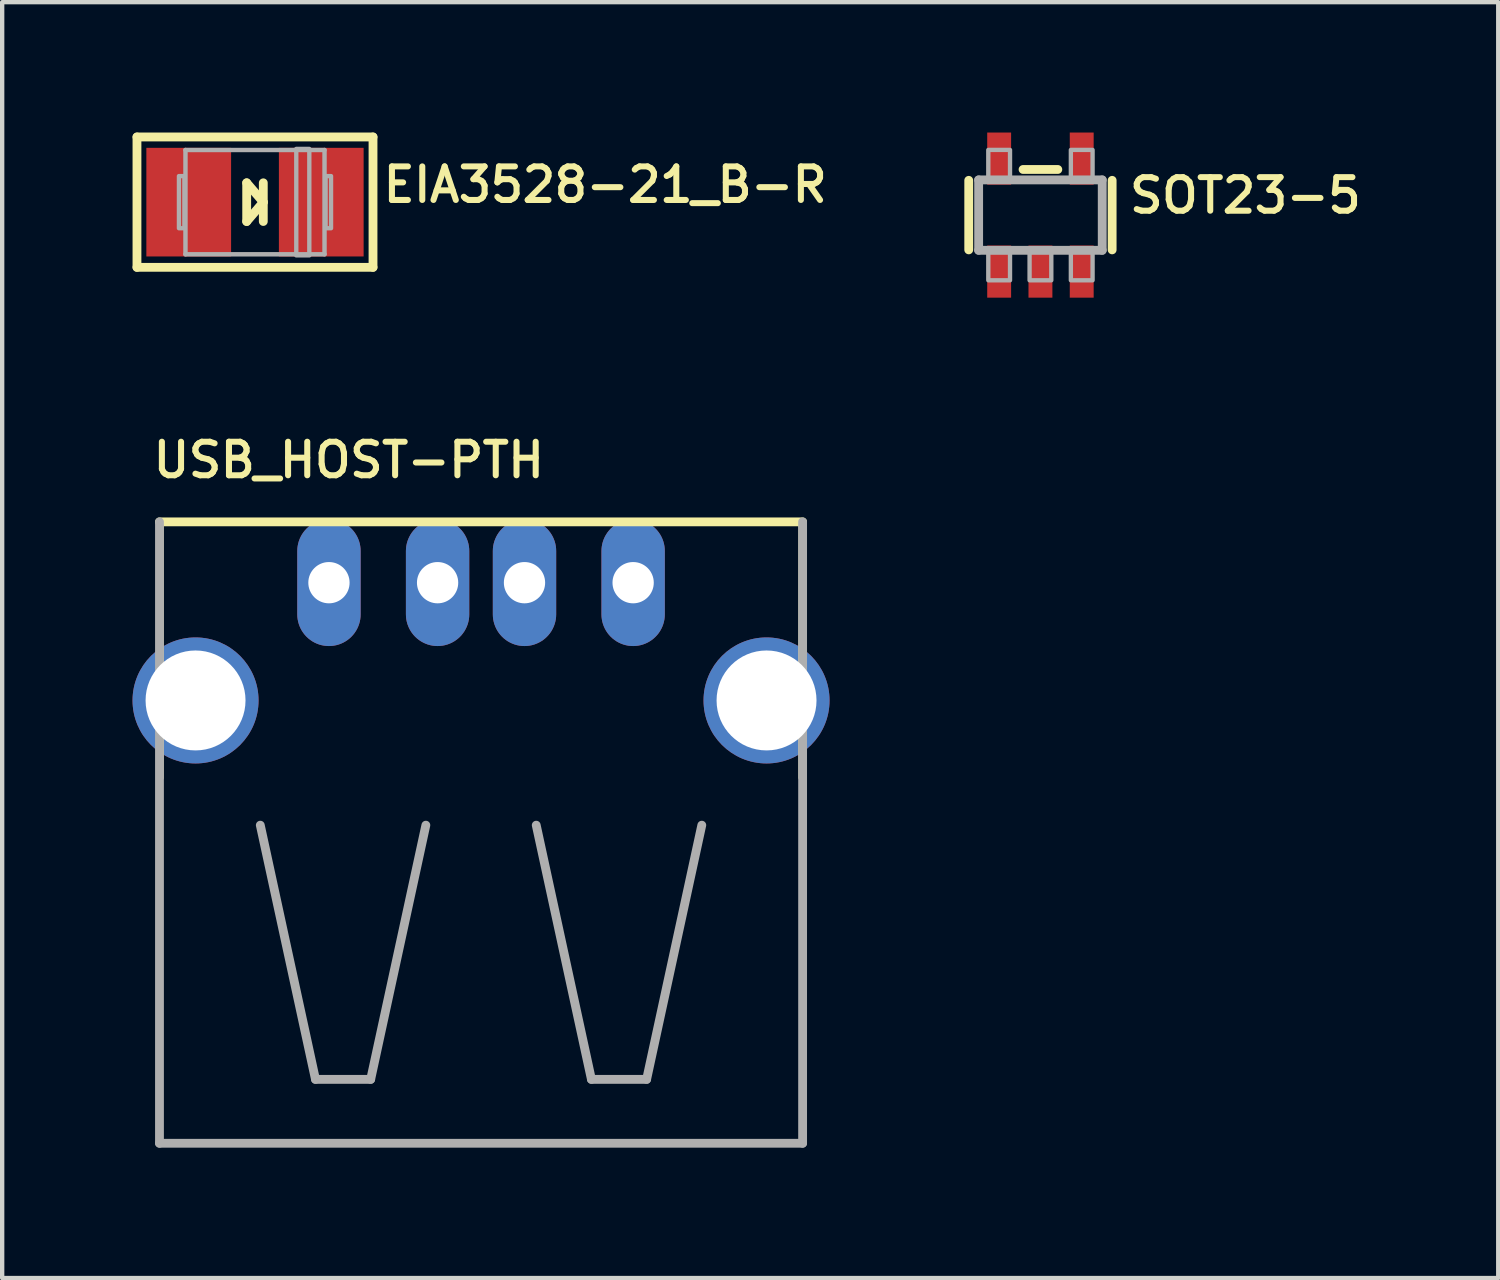
<source format=kicad_pcb>
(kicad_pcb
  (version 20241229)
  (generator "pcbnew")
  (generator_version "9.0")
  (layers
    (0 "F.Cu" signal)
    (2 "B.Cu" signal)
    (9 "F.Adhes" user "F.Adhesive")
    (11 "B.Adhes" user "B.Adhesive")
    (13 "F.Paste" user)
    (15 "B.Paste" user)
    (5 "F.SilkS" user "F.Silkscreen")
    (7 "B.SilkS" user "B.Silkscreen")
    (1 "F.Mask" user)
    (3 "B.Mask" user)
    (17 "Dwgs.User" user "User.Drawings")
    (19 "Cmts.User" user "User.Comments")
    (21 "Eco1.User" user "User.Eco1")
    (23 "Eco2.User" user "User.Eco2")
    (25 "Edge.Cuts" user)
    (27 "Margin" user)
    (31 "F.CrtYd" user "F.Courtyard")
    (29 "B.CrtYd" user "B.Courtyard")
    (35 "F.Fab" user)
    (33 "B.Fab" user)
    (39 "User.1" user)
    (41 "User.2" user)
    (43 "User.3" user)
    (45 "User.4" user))
  (footprint "USB_HOST-PTH"
    (layer "F.Cu")
    (at 8.02 16.879)
    (property "Reference" "USB_HOST-PTH" (at -7.62 -8.89 0) (layer "F.SilkS") (effects (font (size 0.772 0.772) (thickness 0.139)) (justify left bottom)))
    (attr through_hole)
    (fp_line (start -7.366 -7.874) (end -7.366 -2.032) (stroke (width 0.127) (type solid)) (layer "F.SilkS"))
    (fp_line (start 7.366 -7.874) (end 7.366 -2.032) (stroke (width 0.127) (type solid)) (layer "F.SilkS"))
    (fp_line (start 7.4 -7.92) (end -7.4 -7.92) (stroke (width 0.203) (type solid)) (layer "F.SilkS"))
    (fp_line (start -7.4 -7.92) (end -7.4 6.38) (stroke (width 0.203) (type solid)) (layer "F.Fab"))
    (fp_line (start -7.4 6.38) (end 7.4 6.38) (stroke (width 0.203) (type solid)) (layer "F.Fab"))
    (fp_line (start -5.08 -0.94) (end -3.81 4.91) (stroke (width 0.203) (type solid)) (layer "F.Fab"))
    (fp_line (start -3.81 4.91) (end -2.54 4.91) (stroke (width 0.203) (type solid)) (layer "F.Fab"))
    (fp_line (start -2.54 4.91) (end -1.27 -0.94) (stroke (width 0.203) (type solid)) (layer "F.Fab"))
    (fp_line (start 1.27 -0.94) (end 2.54 4.91) (stroke (width 0.203) (type solid)) (layer "F.Fab"))
    (fp_line (start 2.54 4.91) (end 3.81 4.91) (stroke (width 0.203) (type solid)) (layer "F.Fab"))
    (fp_line (start 3.81 4.91) (end 5.08 -0.94) (stroke (width 0.203) (type solid)) (layer "F.Fab"))
    (fp_line (start 7.4 6.38) (end 7.4 -7.92) (stroke (width 0.203) (type solid)) (layer "F.Fab"))
    (pad "D+" thru_hole oval (at 1 -6.52 90) (size 2.916 1.458) (drill 0.95) (layers "*.Cu" "*.Mask"))
    (pad "D-" thru_hole oval (at -1 -6.52 90) (size 2.916 1.458) (drill 0.95) (layers "*.Cu" "*.Mask"))
    (pad "GND" thru_hole oval (at 3.5 -6.52 90) (size 2.916 1.458) (drill 0.95) (layers "*.Cu" "*.Mask"))
    (pad "S1" thru_hole circle (at -6.57 -3.81) (size 2.9 2.9) (drill 2.3) (layers "*.Cu" "*.Mask"))
    (pad "S2" thru_hole circle (at 6.57 -3.81 180) (size 2.9 2.9) (drill 2.3) (layers "*.Cu" "*.Mask"))
    (pad "VBUS" thru_hole oval (at -3.5 -6.52 90) (size 2.916 1.458) (drill 0.95) (layers "*.Cu" "*.Mask")))
  (footprint "EIA3528-21_B-R"
    (layer "F.Cu")
    (at 2.818 1.602)
    (property "Reference" "EIA3528-21_B-R" (at 2.876 0.051 0) (layer "F.SilkS") (effects (font (size 0.772 0.772) (thickness 0.139)) (justify left bottom)))
    (attr through_hole)
    (fp_line (start -2.716 -1.5) (end 2.716 -1.5) (stroke (width 0.203) (type solid)) (layer "F.SilkS"))
    (fp_line (start -2.716 1.5) (end -2.716 -1.5) (stroke (width 0.203) (type solid)) (layer "F.SilkS"))
    (fp_line (start -2.716 1.5) (end 2.716 1.5) (stroke (width 0.203) (type solid)) (layer "F.SilkS"))
    (fp_line (start -0.191 -0.445) (end -0.191 0.445) (stroke (width 0.203) (type solid)) (layer "F.SilkS"))
    (fp_line (start -0.191 0.445) (end 0.191 0) (stroke (width 0.203) (type solid)) (layer "F.SilkS"))
    (fp_line (start 0.191 -0.445) (end 0.191 0.445) (stroke (width 0.203) (type solid)) (layer "F.SilkS"))
    (fp_line (start 0.191 0) (end -0.191 -0.445) (stroke (width 0.203) (type solid)) (layer "F.SilkS"))
    (fp_line (start 2.716 1.5) (end 2.716 -1.5) (stroke (width 0.203) (type solid)) (layer "F.SilkS"))
    (fp_line (start -1.6 -1.2) (end 1.6 -1.2) (stroke (width 0.102) (type solid)) (layer "F.Fab"))
    (fp_line (start -1.6 1.2) (end -1.6 -1.2) (stroke (width 0.102) (type solid)) (layer "F.Fab"))
    (fp_line (start 1.6 -1.2) (end 1.6 1.2) (stroke (width 0.102) (type solid)) (layer "F.Fab"))
    (fp_line (start 1.6 1.2) (end -1.6 1.2) (stroke (width 0.102) (type solid)) (layer "F.Fab"))
    (fp_poly (pts (xy -1.75 0.6) (xy -1.625 0.6) (xy -1.625 -0.6) (xy -1.75 -0.6)) (stroke (width 0.1) (type solid)) (fill no) (layer "F.Fab"))
    (fp_poly (pts (xy 0.95 1.225) (xy 1.25 1.225) (xy 1.25 -1.225) (xy 0.95 -1.225)) (stroke (width 0.1) (type solid)) (fill no) (layer "F.Fab"))
    (fp_poly (pts (xy 1.625 0.6) (xy 1.75 0.6) (xy 1.75 -0.6) (xy 1.625 -0.6)) (stroke (width 0.1) (type solid)) (fill no) (layer "F.Fab"))
    (pad "+" smd rect (at 1.525 0) (size 1.95 2.5) (layers "F.Cu" "F.Mask" "F.Paste"))
    (pad "-" smd rect (at -1.525 0) (size 1.95 2.5) (layers "F.Cu" "F.Mask" "F.Paste")))
  (footprint "SOT23-5"
    (layer "F.Cu")
    (at 20.893 1.9)
    (property "Reference" "SOT23-5" (at 1.978 0 0) (layer "F.SilkS") (effects (font (size 0.772 0.772) (thickness 0.139)) (justify left bottom)))
    (attr through_hole)
    (fp_line (start -1.65 -0.8) (end -1.65 0.8) (stroke (width 0.203) (type solid)) (layer "F.SilkS"))
    (fp_line (start -0.4 -1.05) (end 0.4 -1.05) (stroke (width 0.203) (type solid)) (layer "F.SilkS"))
    (fp_line (start 1.65 -0.8) (end 1.65 0.8) (stroke (width 0.203) (type solid)) (layer "F.SilkS"))
    (fp_line (start -1.422 -0.81) (end 1.422 -0.81) (stroke (width 0.203) (type solid)) (layer "F.Fab"))
    (fp_line (start -1.422 0.81) (end -1.422 -0.81) (stroke (width 0.203) (type solid)) (layer "F.Fab"))
    (fp_line (start 1.422 -0.81) (end 1.422 0.81) (stroke (width 0.203) (type solid)) (layer "F.Fab"))
    (fp_line (start 1.422 0.81) (end -1.422 0.81) (stroke (width 0.203) (type solid)) (layer "F.Fab"))
    (fp_poly (pts (xy -1.2 -0.85) (xy -0.7 -0.85) (xy -0.7 -1.5) (xy -1.2 -1.5)) (stroke (width 0.1) (type solid)) (fill no) (layer "F.Fab"))
    (fp_poly (pts (xy -1.2 1.5) (xy -0.7 1.5) (xy -0.7 0.85) (xy -1.2 0.85)) (stroke (width 0.1) (type solid)) (fill no) (layer "F.Fab"))
    (fp_poly (pts (xy -0.25 1.5) (xy 0.25 1.5) (xy 0.25 0.85) (xy -0.25 0.85)) (stroke (width 0.1) (type solid)) (fill no) (layer "F.Fab"))
    (fp_poly (pts (xy 0.7 -0.85) (xy 1.2 -0.85) (xy 1.2 -1.5) (xy 0.7 -1.5)) (stroke (width 0.1) (type solid)) (fill no) (layer "F.Fab"))
    (fp_poly (pts (xy 0.7 1.5) (xy 1.2 1.5) (xy 1.2 0.85) (xy 0.7 0.85)) (stroke (width 0.1) (type solid)) (fill no) (layer "F.Fab"))
    (pad "1" smd rect (at -0.95 1.3) (size 0.55 1.2) (layers "F.Cu" "F.Mask" "F.Paste"))
    (pad "2" smd rect (at 0 1.3) (size 0.55 1.2) (layers "F.Cu" "F.Mask" "F.Paste"))
    (pad "3" smd rect (at 0.95 1.3) (size 0.55 1.2) (layers "F.Cu" "F.Mask" "F.Paste"))
    (pad "4" smd rect (at 0.95 -1.3) (size 0.55 1.2) (layers "F.Cu" "F.Mask" "F.Paste"))
    (pad "5" smd rect (at -0.95 -1.3) (size 0.55 1.2) (layers "F.Cu" "F.Mask" "F.Paste")))
  (gr_rect
    (start -3 -3)
    (end 31.428 26.361)
    (stroke (width 0.1) (type default))
    (fill no)
    (layer "Edge.Cuts")))
</source>
